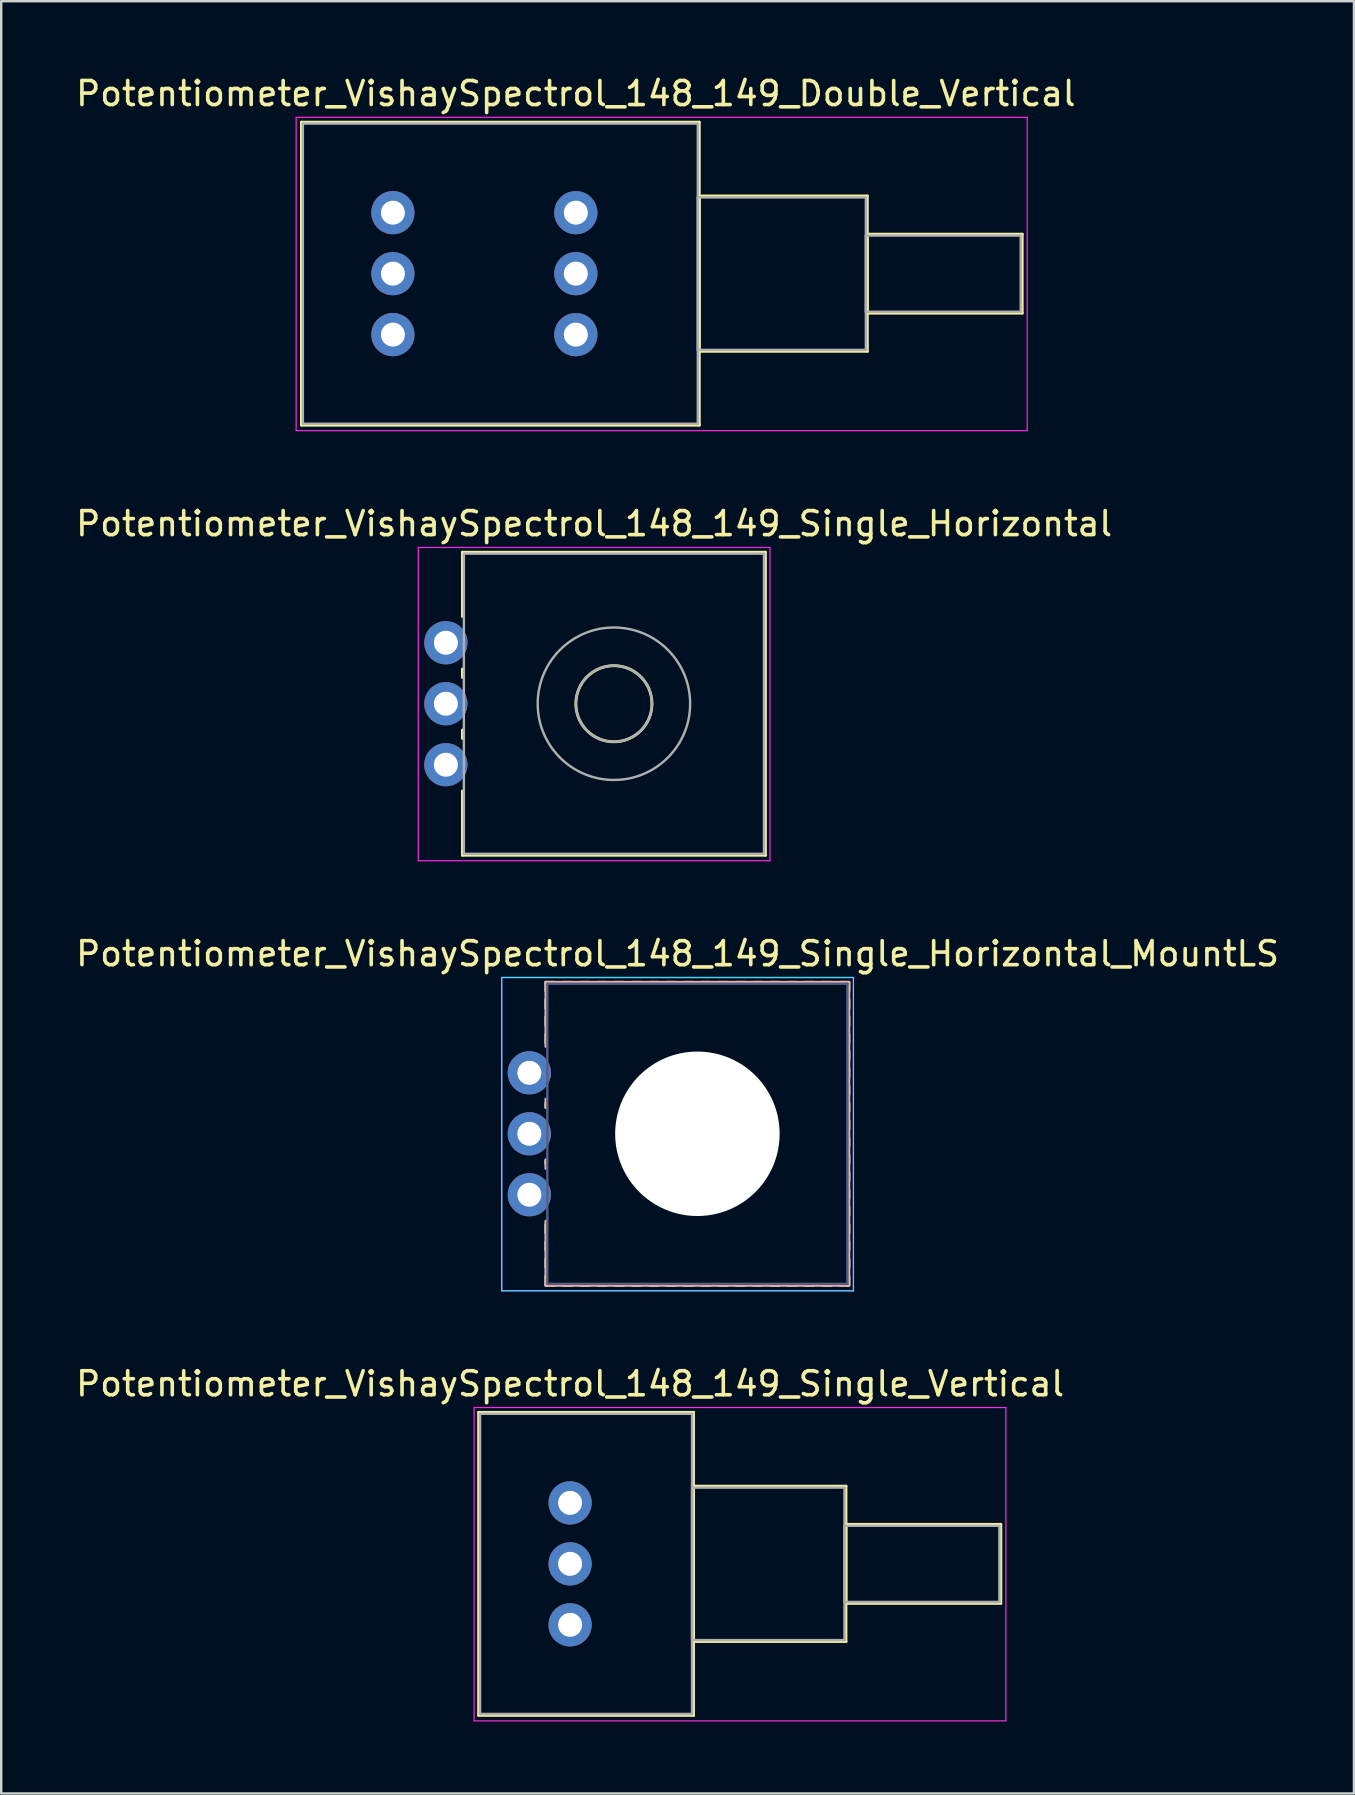
<source format=kicad_pcb>
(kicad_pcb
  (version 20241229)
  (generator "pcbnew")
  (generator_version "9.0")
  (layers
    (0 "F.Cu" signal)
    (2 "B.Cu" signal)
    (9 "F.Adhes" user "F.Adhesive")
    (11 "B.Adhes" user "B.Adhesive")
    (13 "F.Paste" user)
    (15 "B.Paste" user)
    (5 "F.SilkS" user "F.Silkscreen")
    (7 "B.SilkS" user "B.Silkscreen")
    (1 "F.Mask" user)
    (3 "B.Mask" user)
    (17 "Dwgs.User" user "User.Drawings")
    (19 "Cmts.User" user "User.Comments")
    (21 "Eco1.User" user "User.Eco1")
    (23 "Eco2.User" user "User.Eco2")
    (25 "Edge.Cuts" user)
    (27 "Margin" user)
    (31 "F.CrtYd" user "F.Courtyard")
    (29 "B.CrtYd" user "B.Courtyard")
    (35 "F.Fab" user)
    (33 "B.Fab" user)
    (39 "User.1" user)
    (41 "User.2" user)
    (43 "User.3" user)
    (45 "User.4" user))
  (footprint "Potentiometer_VishaySpectrol_148_149_Single_Vertical"
    (layer "F.Cu")
    (at 20.696 64.628)
    (property "Reference" "Potentiometer_VishaySpectrol_148_149_Single_Vertical" (at 0 -10.04 0) (layer "F.SilkS") (effects (font (size 1 1) (thickness 0.15))))
    (attr through_hole)
    (fp_line (start -3.81 -8.85) (end -3.81 3.77) (stroke (width 0.12) (type solid)) (layer "F.SilkS"))
    (fp_line (start -3.81 -8.85) (end 5.14 -8.85) (stroke (width 0.12) (type solid)) (layer "F.SilkS"))
    (fp_line (start -3.81 3.77) (end 5.14 3.77) (stroke (width 0.12) (type solid)) (layer "F.SilkS"))
    (fp_line (start 5.14 -8.85) (end 5.14 3.77) (stroke (width 0.12) (type solid)) (layer "F.SilkS"))
    (fp_line (start 5.14 -5.775) (end 5.14 0.695) (stroke (width 0.12) (type solid)) (layer "F.SilkS"))
    (fp_line (start 5.14 -5.775) (end 11.49 -5.775) (stroke (width 0.12) (type solid)) (layer "F.SilkS"))
    (fp_line (start 5.14 0.695) (end 11.49 0.695) (stroke (width 0.12) (type solid)) (layer "F.SilkS"))
    (fp_line (start 11.49 -5.775) (end 11.49 0.695) (stroke (width 0.12) (type solid)) (layer "F.SilkS"))
    (fp_line (start 11.49 -4.185) (end 11.49 -0.895) (stroke (width 0.12) (type solid)) (layer "F.SilkS"))
    (fp_line (start 11.49 -4.185) (end 17.94 -4.185) (stroke (width 0.12) (type solid)) (layer "F.SilkS"))
    (fp_line (start 11.49 -0.895) (end 17.94 -0.895) (stroke (width 0.12) (type solid)) (layer "F.SilkS"))
    (fp_line (start 17.94 -4.185) (end 17.94 -0.895) (stroke (width 0.12) (type solid)) (layer "F.SilkS"))
    (fp_line (start -4 -9.05) (end -4 4) (stroke (width 0.05) (type solid)) (layer "F.CrtYd"))
    (fp_line (start -4 4) (end 18.15 4) (stroke (width 0.05) (type solid)) (layer "F.CrtYd"))
    (fp_line (start 18.15 -9.05) (end -4 -9.05) (stroke (width 0.05) (type solid)) (layer "F.CrtYd"))
    (fp_line (start 18.15 4) (end 18.15 -9.05) (stroke (width 0.05) (type solid)) (layer "F.CrtYd"))
    (fp_line (start -3.75 -8.79) (end -3.75 3.71) (stroke (width 0.1) (type solid)) (layer "F.Fab"))
    (fp_line (start -3.75 3.71) (end 5.08 3.71) (stroke (width 0.1) (type solid)) (layer "F.Fab"))
    (fp_line (start 5.08 -8.79) (end -3.75 -8.79) (stroke (width 0.1) (type solid)) (layer "F.Fab"))
    (fp_line (start 5.08 -5.715) (end 5.08 0.635) (stroke (width 0.1) (type solid)) (layer "F.Fab"))
    (fp_line (start 5.08 0.635) (end 11.43 0.635) (stroke (width 0.1) (type solid)) (layer "F.Fab"))
    (fp_line (start 5.08 3.71) (end 5.08 -8.79) (stroke (width 0.1) (type solid)) (layer "F.Fab"))
    (fp_line (start 11.43 -5.715) (end 5.08 -5.715) (stroke (width 0.1) (type solid)) (layer "F.Fab"))
    (fp_line (start 11.43 -4.125) (end 11.43 -0.955) (stroke (width 0.1) (type solid)) (layer "F.Fab"))
    (fp_line (start 11.43 -0.955) (end 17.88 -0.955) (stroke (width 0.1) (type solid)) (layer "F.Fab"))
    (fp_line (start 11.43 0.635) (end 11.43 -5.715) (stroke (width 0.1) (type solid)) (layer "F.Fab"))
    (fp_line (start 17.88 -4.125) (end 11.43 -4.125) (stroke (width 0.1) (type solid)) (layer "F.Fab"))
    (fp_line (start 17.88 -0.955) (end 17.88 -4.125) (stroke (width 0.1) (type solid)) (layer "F.Fab"))
    (pad "1" thru_hole circle (at 0 0) (size 1.8 1.8) (drill 1) (layers "*.Cu" "*.Mask"))
    (pad "2" thru_hole circle (at 0 -2.54) (size 1.8 1.8) (drill 1) (layers "*.Cu" "*.Mask"))
    (pad "3" thru_hole circle (at 0 -5.08) (size 1.8 1.8) (drill 1) (layers "*.Cu" "*.Mask")))
  (footprint "Potentiometer_VishaySpectrol_148_149_Double_Vertical"
    (layer "F.Cu")
    (at 20.935 10.888)
    (property "Reference" "Potentiometer_VishaySpectrol_148_149_Double_Vertical" (at 0 -10.04 0) (layer "F.SilkS") (effects (font (size 1 1) (thickness 0.15))))
    (attr through_hole)
    (fp_line (start -11.43 -8.85) (end -11.43 3.77) (stroke (width 0.12) (type solid)) (layer "F.SilkS"))
    (fp_line (start -11.43 -8.85) (end 5.141 -8.85) (stroke (width 0.12) (type solid)) (layer "F.SilkS"))
    (fp_line (start -11.43 3.77) (end 5.141 3.77) (stroke (width 0.12) (type solid)) (layer "F.SilkS"))
    (fp_line (start 5.141 -8.85) (end 5.141 3.77) (stroke (width 0.12) (type solid)) (layer "F.SilkS"))
    (fp_line (start 5.141 -5.775) (end 5.141 0.695) (stroke (width 0.12) (type solid)) (layer "F.SilkS"))
    (fp_line (start 5.141 -5.775) (end 12.14 -5.775) (stroke (width 0.12) (type solid)) (layer "F.SilkS"))
    (fp_line (start 5.141 0.695) (end 12.14 0.695) (stroke (width 0.12) (type solid)) (layer "F.SilkS"))
    (fp_line (start 12.14 -5.775) (end 12.14 0.695) (stroke (width 0.12) (type solid)) (layer "F.SilkS"))
    (fp_line (start 12.14 -4.185) (end 12.14 -0.895) (stroke (width 0.12) (type solid)) (layer "F.SilkS"))
    (fp_line (start 12.14 -4.185) (end 18.591 -4.185) (stroke (width 0.12) (type solid)) (layer "F.SilkS"))
    (fp_line (start 12.14 -0.895) (end 18.591 -0.895) (stroke (width 0.12) (type solid)) (layer "F.SilkS"))
    (fp_line (start 18.591 -4.185) (end 18.591 -0.895) (stroke (width 0.12) (type solid)) (layer "F.SilkS"))
    (fp_line (start -11.65 -9.05) (end -11.65 4) (stroke (width 0.05) (type solid)) (layer "F.CrtYd"))
    (fp_line (start -11.65 4) (end 18.8 4) (stroke (width 0.05) (type solid)) (layer "F.CrtYd"))
    (fp_line (start 18.8 -9.05) (end -11.65 -9.05) (stroke (width 0.05) (type solid)) (layer "F.CrtYd"))
    (fp_line (start 18.8 4) (end 18.8 -9.05) (stroke (width 0.05) (type solid)) (layer "F.CrtYd"))
    (fp_line (start -11.37 -8.79) (end -11.37 3.71) (stroke (width 0.1) (type solid)) (layer "F.Fab"))
    (fp_line (start -11.37 3.71) (end 5.08 3.71) (stroke (width 0.1) (type solid)) (layer "F.Fab"))
    (fp_line (start 5.08 -8.79) (end -11.37 -8.79) (stroke (width 0.1) (type solid)) (layer "F.Fab"))
    (fp_line (start 5.08 -5.715) (end 5.08 0.635) (stroke (width 0.1) (type solid)) (layer "F.Fab"))
    (fp_line (start 5.08 0.635) (end 12.08 0.635) (stroke (width 0.1) (type solid)) (layer "F.Fab"))
    (fp_line (start 5.08 3.71) (end 5.08 -8.79) (stroke (width 0.1) (type solid)) (layer "F.Fab"))
    (fp_line (start 12.08 -5.715) (end 5.08 -5.715) (stroke (width 0.1) (type solid)) (layer "F.Fab"))
    (fp_line (start 12.08 -4.125) (end 12.08 -0.955) (stroke (width 0.1) (type solid)) (layer "F.Fab"))
    (fp_line (start 12.08 -0.955) (end 18.53 -0.955) (stroke (width 0.1) (type solid)) (layer "F.Fab"))
    (fp_line (start 12.08 0.635) (end 12.08 -5.715) (stroke (width 0.1) (type solid)) (layer "F.Fab"))
    (fp_line (start 18.53 -4.125) (end 12.08 -4.125) (stroke (width 0.1) (type solid)) (layer "F.Fab"))
    (fp_line (start 18.53 -0.955) (end 18.53 -4.125) (stroke (width 0.1) (type solid)) (layer "F.Fab"))
    (pad "1" thru_hole circle (at 0 0) (size 1.8 1.8) (drill 1) (layers "*.Cu" "*.Mask"))
    (pad "2" thru_hole circle (at 0 -2.54) (size 1.8 1.8) (drill 1) (layers "*.Cu" "*.Mask"))
    (pad "3" thru_hole circle (at 0 -5.08) (size 1.8 1.8) (drill 1) (layers "*.Cu" "*.Mask"))
    (pad "4" thru_hole circle (at -7.62 0) (size 1.8 1.8) (drill 1) (layers "*.Cu" "*.Mask"))
    (pad "5" thru_hole circle (at -7.62 -2.54) (size 1.8 1.8) (drill 1) (layers "*.Cu" "*.Mask"))
    (pad "6" thru_hole circle (at -7.62 -5.08) (size 1.8 1.8) (drill 1) (layers "*.Cu" "*.Mask")))
  (footprint "Potentiometer_VishaySpectrol_148_149_Single_Horizontal"
    (layer "F.Cu")
    (at 15.521 28.802)
    (property "Reference" "Potentiometer_VishaySpectrol_148_149_Single_Horizontal" (at 6.175 -10.04 0) (layer "F.SilkS") (effects (font (size 1 1) (thickness 0.15))))
    (attr through_hole)
    (fp_line (start 0.69 -8.85) (end 0.69 -6.175) (stroke (width 0.12) (type solid)) (layer "F.SilkS"))
    (fp_line (start 0.69 -8.85) (end 13.31 -8.85) (stroke (width 0.12) (type solid)) (layer "F.SilkS"))
    (fp_line (start 0.69 -3.985) (end 0.69 -3.635) (stroke (width 0.12) (type solid)) (layer "F.SilkS"))
    (fp_line (start 0.69 -1.445) (end 0.69 -1.095) (stroke (width 0.12) (type solid)) (layer "F.SilkS"))
    (fp_line (start 0.69 1.095) (end 0.69 3.77) (stroke (width 0.12) (type solid)) (layer "F.SilkS"))
    (fp_line (start 0.69 3.77) (end 13.31 3.77) (stroke (width 0.12) (type solid)) (layer "F.SilkS"))
    (fp_line (start 13.31 -8.85) (end 13.31 3.77) (stroke (width 0.12) (type solid)) (layer "F.SilkS"))
    (fp_circle (center 7 -2.54) (end 8.585 -2.54) (stroke (width 0.12) (type solid)) (fill no) (layer "F.SilkS"))
    (fp_line (start -1.15 -9.05) (end -1.15 4) (stroke (width 0.05) (type solid)) (layer "F.CrtYd"))
    (fp_line (start -1.15 4) (end 13.5 4) (stroke (width 0.05) (type solid)) (layer "F.CrtYd"))
    (fp_line (start 13.5 -9.05) (end -1.15 -9.05) (stroke (width 0.05) (type solid)) (layer "F.CrtYd"))
    (fp_line (start 13.5 4) (end 13.5 -9.05) (stroke (width 0.05) (type solid)) (layer "F.CrtYd"))
    (fp_line (start 0.75 -8.79) (end 0.75 3.71) (stroke (width 0.1) (type solid)) (layer "F.Fab"))
    (fp_line (start 0.75 3.71) (end 13.25 3.71) (stroke (width 0.1) (type solid)) (layer "F.Fab"))
    (fp_line (start 13.25 -8.79) (end 0.75 -8.79) (stroke (width 0.1) (type solid)) (layer "F.Fab"))
    (fp_line (start 13.25 3.71) (end 13.25 -8.79) (stroke (width 0.1) (type solid)) (layer "F.Fab"))
    (fp_circle (center 7 -2.54) (end 8.585 -2.54) (stroke (width 0.1) (type solid)) (fill no) (layer "F.Fab"))
    (fp_circle (center 7 -2.54) (end 10.175 -2.54) (stroke (width 0.1) (type solid)) (fill no) (layer "F.Fab"))
    (pad "1" thru_hole circle (at 0 0) (size 1.8 1.8) (drill 1) (layers "*.Cu" "*.Mask"))
    (pad "2" thru_hole circle (at 0 -2.54) (size 1.8 1.8) (drill 1) (layers "*.Cu" "*.Mask"))
    (pad "3" thru_hole circle (at 0 -5.08) (size 1.8 1.8) (drill 1) (layers "*.Cu" "*.Mask")))
  (footprint "Potentiometer_VishaySpectrol_148_149_Single_Horizontal_MountLS"
    (layer "F.Cu")
    (at 18.998 46.715)
    (property "Reference" "Potentiometer_VishaySpectrol_148_149_Single_Horizontal_MountLS" (at 6.175 -10.04 0) (layer "F.SilkS") (effects (font (size 1 1) (thickness 0.15))))
    (attr through_hole)
    (fp_line (start 0.69 -8.85) (end 0.69 -8.49) (stroke (width 0.12) (type solid)) (layer "F.SilkS"))
    (fp_line (start 0.69 -8.85) (end 1.05 -8.85) (stroke (width 0.12) (type solid)) (layer "F.SilkS"))
    (fp_line (start 0.69 -8.13) (end 0.69 -7.77) (stroke (width 0.12) (type solid)) (layer "F.SilkS"))
    (fp_line (start 0.69 -7.41) (end 0.69 -7.051) (stroke (width 0.12) (type solid)) (layer "F.SilkS"))
    (fp_line (start 0.69 -6.69) (end 0.69 -6.33) (stroke (width 0.12) (type solid)) (layer "F.SilkS"))
    (fp_line (start 0.69 -3.81) (end 0.69 -3.635) (stroke (width 0.12) (type solid)) (layer "F.SilkS"))
    (fp_line (start 0.69 -1.445) (end 0.69 -1.29) (stroke (width 0.12) (type solid)) (layer "F.SilkS"))
    (fp_line (start 0.69 1.23) (end 0.69 1.59) (stroke (width 0.12) (type solid)) (layer "F.SilkS"))
    (fp_line (start 0.69 1.95) (end 0.69 2.31) (stroke (width 0.12) (type solid)) (layer "F.SilkS"))
    (fp_line (start 0.69 2.67) (end 0.69 3.03) (stroke (width 0.12) (type solid)) (layer "F.SilkS"))
    (fp_line (start 0.69 3.39) (end 0.69 3.75) (stroke (width 0.12) (type solid)) (layer "F.SilkS"))
    (fp_line (start 0.69 3.77) (end 1.05 3.77) (stroke (width 0.12) (type solid)) (layer "F.SilkS"))
    (fp_line (start 1.41 -8.85) (end 1.77 -8.85) (stroke (width 0.12) (type solid)) (layer "F.SilkS"))
    (fp_line (start 1.41 3.77) (end 1.77 3.77) (stroke (width 0.12) (type solid)) (layer "F.SilkS"))
    (fp_line (start 2.13 -8.85) (end 2.49 -8.85) (stroke (width 0.12) (type solid)) (layer "F.SilkS"))
    (fp_line (start 2.13 3.77) (end 2.49 3.77) (stroke (width 0.12) (type solid)) (layer "F.SilkS"))
    (fp_line (start 2.85 -8.85) (end 3.21 -8.85) (stroke (width 0.12) (type solid)) (layer "F.SilkS"))
    (fp_line (start 2.85 3.77) (end 3.21 3.77) (stroke (width 0.12) (type solid)) (layer "F.SilkS"))
    (fp_line (start 3.57 -8.85) (end 3.93 -8.85) (stroke (width 0.12) (type solid)) (layer "F.SilkS"))
    (fp_line (start 3.57 3.77) (end 3.93 3.77) (stroke (width 0.12) (type solid)) (layer "F.SilkS"))
    (fp_line (start 4.29 -8.85) (end 4.65 -8.85) (stroke (width 0.12) (type solid)) (layer "F.SilkS"))
    (fp_line (start 4.29 3.77) (end 4.65 3.77) (stroke (width 0.12) (type solid)) (layer "F.SilkS"))
    (fp_line (start 5.01 -8.85) (end 5.37 -8.85) (stroke (width 0.12) (type solid)) (layer "F.SilkS"))
    (fp_line (start 5.01 3.77) (end 5.37 3.77) (stroke (width 0.12) (type solid)) (layer "F.SilkS"))
    (fp_line (start 5.73 -8.85) (end 6.09 -8.85) (stroke (width 0.12) (type solid)) (layer "F.SilkS"))
    (fp_line (start 5.73 3.77) (end 6.09 3.77) (stroke (width 0.12) (type solid)) (layer "F.SilkS"))
    (fp_line (start 6.45 -8.85) (end 6.81 -8.85) (stroke (width 0.12) (type solid)) (layer "F.SilkS"))
    (fp_line (start 6.45 3.77) (end 6.81 3.77) (stroke (width 0.12) (type solid)) (layer "F.SilkS"))
    (fp_line (start 7.17 -8.85) (end 7.53 -8.85) (stroke (width 0.12) (type solid)) (layer "F.SilkS"))
    (fp_line (start 7.17 3.77) (end 7.53 3.77) (stroke (width 0.12) (type solid)) (layer "F.SilkS"))
    (fp_line (start 7.89 -8.85) (end 8.25 -8.85) (stroke (width 0.12) (type solid)) (layer "F.SilkS"))
    (fp_line (start 7.89 3.77) (end 8.25 3.77) (stroke (width 0.12) (type solid)) (layer "F.SilkS"))
    (fp_line (start 8.61 -8.85) (end 8.97 -8.85) (stroke (width 0.12) (type solid)) (layer "F.SilkS"))
    (fp_line (start 8.61 3.77) (end 8.97 3.77) (stroke (width 0.12) (type solid)) (layer "F.SilkS"))
    (fp_line (start 9.33 -8.85) (end 9.69 -8.85) (stroke (width 0.12) (type solid)) (layer "F.SilkS"))
    (fp_line (start 9.33 3.77) (end 9.69 3.77) (stroke (width 0.12) (type solid)) (layer "F.SilkS"))
    (fp_line (start 10.05 -8.85) (end 10.41 -8.85) (stroke (width 0.12) (type solid)) (layer "F.SilkS"))
    (fp_line (start 10.05 3.77) (end 10.41 3.77) (stroke (width 0.12) (type solid)) (layer "F.SilkS"))
    (fp_line (start 10.77 -8.85) (end 11.13 -8.85) (stroke (width 0.12) (type solid)) (layer "F.SilkS"))
    (fp_line (start 10.77 3.77) (end 11.13 3.77) (stroke (width 0.12) (type solid)) (layer "F.SilkS"))
    (fp_line (start 11.49 -8.85) (end 11.85 -8.85) (stroke (width 0.12) (type solid)) (layer "F.SilkS"))
    (fp_line (start 11.49 3.77) (end 11.85 3.77) (stroke (width 0.12) (type solid)) (layer "F.SilkS"))
    (fp_line (start 12.21 -8.85) (end 12.57 -8.85) (stroke (width 0.12) (type solid)) (layer "F.SilkS"))
    (fp_line (start 12.21 3.77) (end 12.57 3.77) (stroke (width 0.12) (type solid)) (layer "F.SilkS"))
    (fp_line (start 12.931 -8.85) (end 13.29 -8.85) (stroke (width 0.12) (type solid)) (layer "F.SilkS"))
    (fp_line (start 12.931 3.77) (end 13.29 3.77) (stroke (width 0.12) (type solid)) (layer "F.SilkS"))
    (fp_line (start 13.31 -8.85) (end 13.31 -8.49) (stroke (width 0.12) (type solid)) (layer "F.SilkS"))
    (fp_line (start 13.31 -8.13) (end 13.31 -7.77) (stroke (width 0.12) (type solid)) (layer "F.SilkS"))
    (fp_line (start 13.31 -7.41) (end 13.31 -7.051) (stroke (width 0.12) (type solid)) (layer "F.SilkS"))
    (fp_line (start 13.31 -6.69) (end 13.31 -6.33) (stroke (width 0.12) (type solid)) (layer "F.SilkS"))
    (fp_line (start 13.31 -5.971) (end 13.31 -5.611) (stroke (width 0.12) (type solid)) (layer "F.SilkS"))
    (fp_line (start 13.31 -5.251) (end 13.31 -4.89) (stroke (width 0.12) (type solid)) (layer "F.SilkS"))
    (fp_line (start 13.31 -4.53) (end 13.31 -4.17) (stroke (width 0.12) (type solid)) (layer "F.SilkS"))
    (fp_line (start 13.31 -3.81) (end 13.31 -3.45) (stroke (width 0.12) (type solid)) (layer "F.SilkS"))
    (fp_line (start 13.31 -3.09) (end 13.31 -2.73) (stroke (width 0.12) (type solid)) (layer "F.SilkS"))
    (fp_line (start 13.31 -2.37) (end 13.31 -2.01) (stroke (width 0.12) (type solid)) (layer "F.SilkS"))
    (fp_line (start 13.31 -1.65) (end 13.31 -1.29) (stroke (width 0.12) (type solid)) (layer "F.SilkS"))
    (fp_line (start 13.31 -0.93) (end 13.31 -0.57) (stroke (width 0.12) (type solid)) (layer "F.SilkS"))
    (fp_line (start 13.31 -0.21) (end 13.31 0.15) (stroke (width 0.12) (type solid)) (layer "F.SilkS"))
    (fp_line (start 13.31 0.51) (end 13.31 0.87) (stroke (width 0.12) (type solid)) (layer "F.SilkS"))
    (fp_line (start 13.31 1.23) (end 13.31 1.59) (stroke (width 0.12) (type solid)) (layer "F.SilkS"))
    (fp_line (start 13.31 1.95) (end 13.31 2.31) (stroke (width 0.12) (type solid)) (layer "F.SilkS"))
    (fp_line (start 13.31 2.67) (end 13.31 3.03) (stroke (width 0.12) (type solid)) (layer "F.SilkS"))
    (fp_line (start 13.31 3.39) (end 13.31 3.75) (stroke (width 0.12) (type solid)) (layer "F.SilkS"))
    (fp_line (start 0.69 -8.85) (end 0.69 -6.175) (stroke (width 0.12) (type solid)) (layer "B.SilkS"))
    (fp_line (start 0.69 -8.85) (end 13.31 -8.85) (stroke (width 0.12) (type solid)) (layer "B.SilkS"))
    (fp_line (start 0.69 -3.985) (end 0.69 -3.635) (stroke (width 0.12) (type solid)) (layer "B.SilkS"))
    (fp_line (start 0.69 -1.445) (end 0.69 -1.095) (stroke (width 0.12) (type solid)) (layer "B.SilkS"))
    (fp_line (start 0.69 1.095) (end 0.69 3.77) (stroke (width 0.12) (type solid)) (layer "B.SilkS"))
    (fp_line (start 0.69 3.77) (end 13.31 3.77) (stroke (width 0.12) (type solid)) (layer "B.SilkS"))
    (fp_line (start 13.31 -8.85) (end 13.31 3.77) (stroke (width 0.12) (type solid)) (layer "B.SilkS"))
    (fp_line (start -1.15 -9.05) (end -1.15 4) (stroke (width 0.05) (type solid)) (layer "B.CrtYd"))
    (fp_line (start -1.15 4) (end 13.5 4) (stroke (width 0.05) (type solid)) (layer "B.CrtYd"))
    (fp_line (start 13.5 -9.05) (end -1.15 -9.05) (stroke (width 0.05) (type solid)) (layer "B.CrtYd"))
    (fp_line (start 13.5 4) (end 13.5 -9.05) (stroke (width 0.05) (type solid)) (layer "B.CrtYd"))
    (fp_line (start -1.15 -9.05) (end -1.15 4) (stroke (width 0.05) (type solid)) (layer "F.CrtYd"))
    (fp_line (start -1.15 4) (end 13.5 4) (stroke (width 0.05) (type solid)) (layer "F.CrtYd"))
    (fp_line (start 13.5 -9.05) (end -1.15 -9.05) (stroke (width 0.05) (type solid)) (layer "F.CrtYd"))
    (fp_line (start 13.5 4) (end 13.5 -9.05) (stroke (width 0.05) (type solid)) (layer "F.CrtYd"))
    (fp_line (start 0.75 -8.79) (end 0.75 3.71) (stroke (width 0.1) (type solid)) (layer "B.Fab"))
    (fp_line (start 0.75 3.71) (end 13.25 3.71) (stroke (width 0.1) (type solid)) (layer "B.Fab"))
    (fp_line (start 13.25 -8.79) (end 0.75 -8.79) (stroke (width 0.1) (type solid)) (layer "B.Fab"))
    (fp_line (start 13.25 3.71) (end 13.25 -8.79) (stroke (width 0.1) (type solid)) (layer "B.Fab"))
    (fp_circle (center 7 -2.54) (end 8.585 -2.54) (stroke (width 0.1) (type solid)) (fill no) (layer "B.Fab"))
    (fp_circle (center 7 -2.54) (end 10.175 -2.54) (stroke (width 0.1) (type solid)) (fill no) (layer "B.Fab"))
    (pad "" np_thru_hole circle (at 7 -2.54) (size 6.85 6.85) (drill 6.85) (layers "*.Cu" "*.Mask"))
    (pad "1" thru_hole circle (at 0 0) (size 1.8 1.8) (drill 1) (layers "*.Cu" "*.Mask"))
    (pad "2" thru_hole circle (at 0 -2.54) (size 1.8 1.8) (drill 1) (layers "*.Cu" "*.Mask"))
    (pad "3" thru_hole circle (at 0 -5.08) (size 1.8 1.8) (drill 1) (layers "*.Cu" "*.Mask")))
  (gr_rect
    (start -3 -3)
    (end 53.345 71.653)
    (stroke (width 0.1) (type default))
    (fill no)
    (layer "Edge.Cuts")))
</source>
